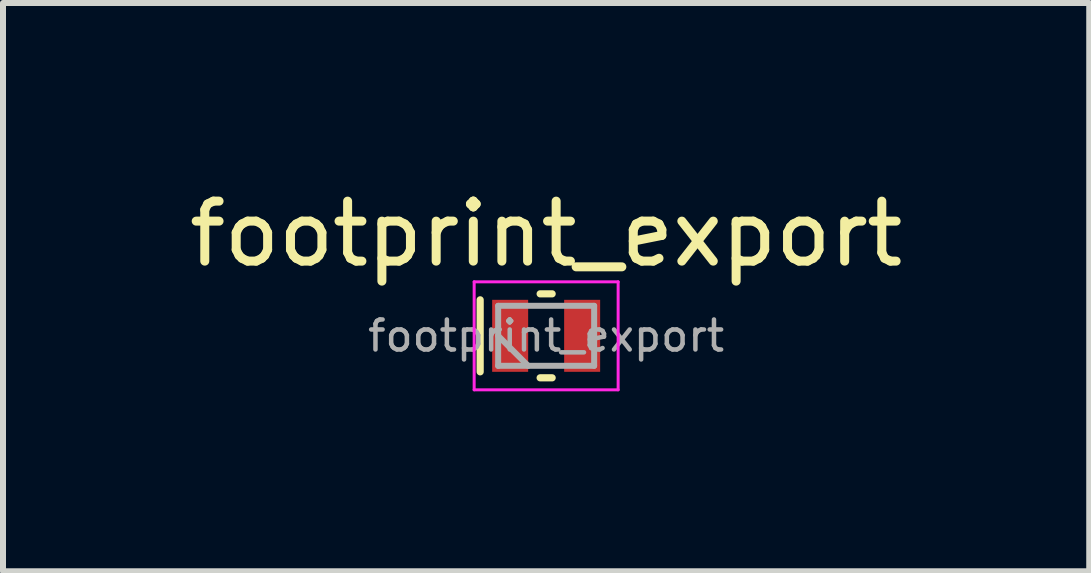
<source format=kicad_pcb>
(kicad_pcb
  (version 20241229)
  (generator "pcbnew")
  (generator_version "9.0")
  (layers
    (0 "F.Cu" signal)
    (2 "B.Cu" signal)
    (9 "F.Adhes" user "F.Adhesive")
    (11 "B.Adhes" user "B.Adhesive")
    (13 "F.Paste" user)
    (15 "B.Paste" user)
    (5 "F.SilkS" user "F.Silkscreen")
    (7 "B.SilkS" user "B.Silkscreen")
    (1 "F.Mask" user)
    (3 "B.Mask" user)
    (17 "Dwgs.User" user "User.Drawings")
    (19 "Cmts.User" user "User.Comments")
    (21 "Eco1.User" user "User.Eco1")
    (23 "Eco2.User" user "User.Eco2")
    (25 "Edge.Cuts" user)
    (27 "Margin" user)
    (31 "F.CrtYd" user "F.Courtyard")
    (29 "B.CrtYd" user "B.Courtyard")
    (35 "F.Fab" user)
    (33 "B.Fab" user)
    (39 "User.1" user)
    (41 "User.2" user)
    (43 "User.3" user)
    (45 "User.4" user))
  (footprint "footprint_export"
    (layer "F.Cu")
    (at 6.054 2.548)
    (property "Reference" "footprint_export" (at 0 -1.7 0) (layer "F.SilkS") (effects (font (size 1 1) (thickness 0.15))))
    (attr smd)
    (fp_line (start -1.1 -0.6) (end -1.1 0.6) (stroke (width 0.12) (type solid)) (layer "F.SilkS"))
    (fp_line (start -0.1 -0.7) (end 0.1 -0.7) (stroke (width 0.12) (type solid)) (layer "F.SilkS"))
    (fp_line (start -0.1 0.7) (end 0.1 0.7) (stroke (width 0.12) (type solid)) (layer "F.SilkS"))
    (fp_line (start -1.2 -0.9) (end -1.2 0.9) (stroke (width 0.05) (type solid)) (layer "F.CrtYd"))
    (fp_line (start -1.2 0.9) (end 1.2 0.9) (stroke (width 0.05) (type solid)) (layer "F.CrtYd"))
    (fp_line (start 1.2 -0.9) (end -1.2 -0.9) (stroke (width 0.05) (type solid)) (layer "F.CrtYd"))
    (fp_line (start 1.2 0.9) (end 1.2 -0.9) (stroke (width 0.05) (type solid)) (layer "F.CrtYd"))
    (fp_line (start -0.8 -0.5) (end -0.8 0.5) (stroke (width 0.1) (type solid)) (layer "F.Fab"))
    (fp_line (start -0.8 0) (end -0.3 0.5) (stroke (width 0.1) (type solid)) (layer "F.Fab"))
    (fp_line (start -0.8 0.5) (end 0.8 0.5) (stroke (width 0.1) (type solid)) (layer "F.Fab"))
    (fp_line (start 0.8 -0.5) (end -0.8 -0.5) (stroke (width 0.1) (type solid)) (layer "F.Fab"))
    (fp_line (start 0.8 0.5) (end 0.8 -0.5) (stroke (width 0.1) (type solid)) (layer "F.Fab"))
    (fp_text user "${REFERENCE}" (at 0 0 0) (layer "F.Fab") (effects (font (size 0.5 0.5) (thickness 0.075))))
    (pad "1" smd rect (at -0.6 0) (size 0.6 1.2) (layers "F.Cu" "F.Mask" "F.Paste"))
    (pad "2" smd rect (at 0.6 0) (size 0.6 1.2) (layers "F.Cu" "F.Mask" "F.Paste")))
  (gr_rect
    (start -3 -3)
    (end 15.107 6.473)
    (stroke (width 0.1) (type default))
    (fill no)
    (layer "Edge.Cuts")))
</source>
